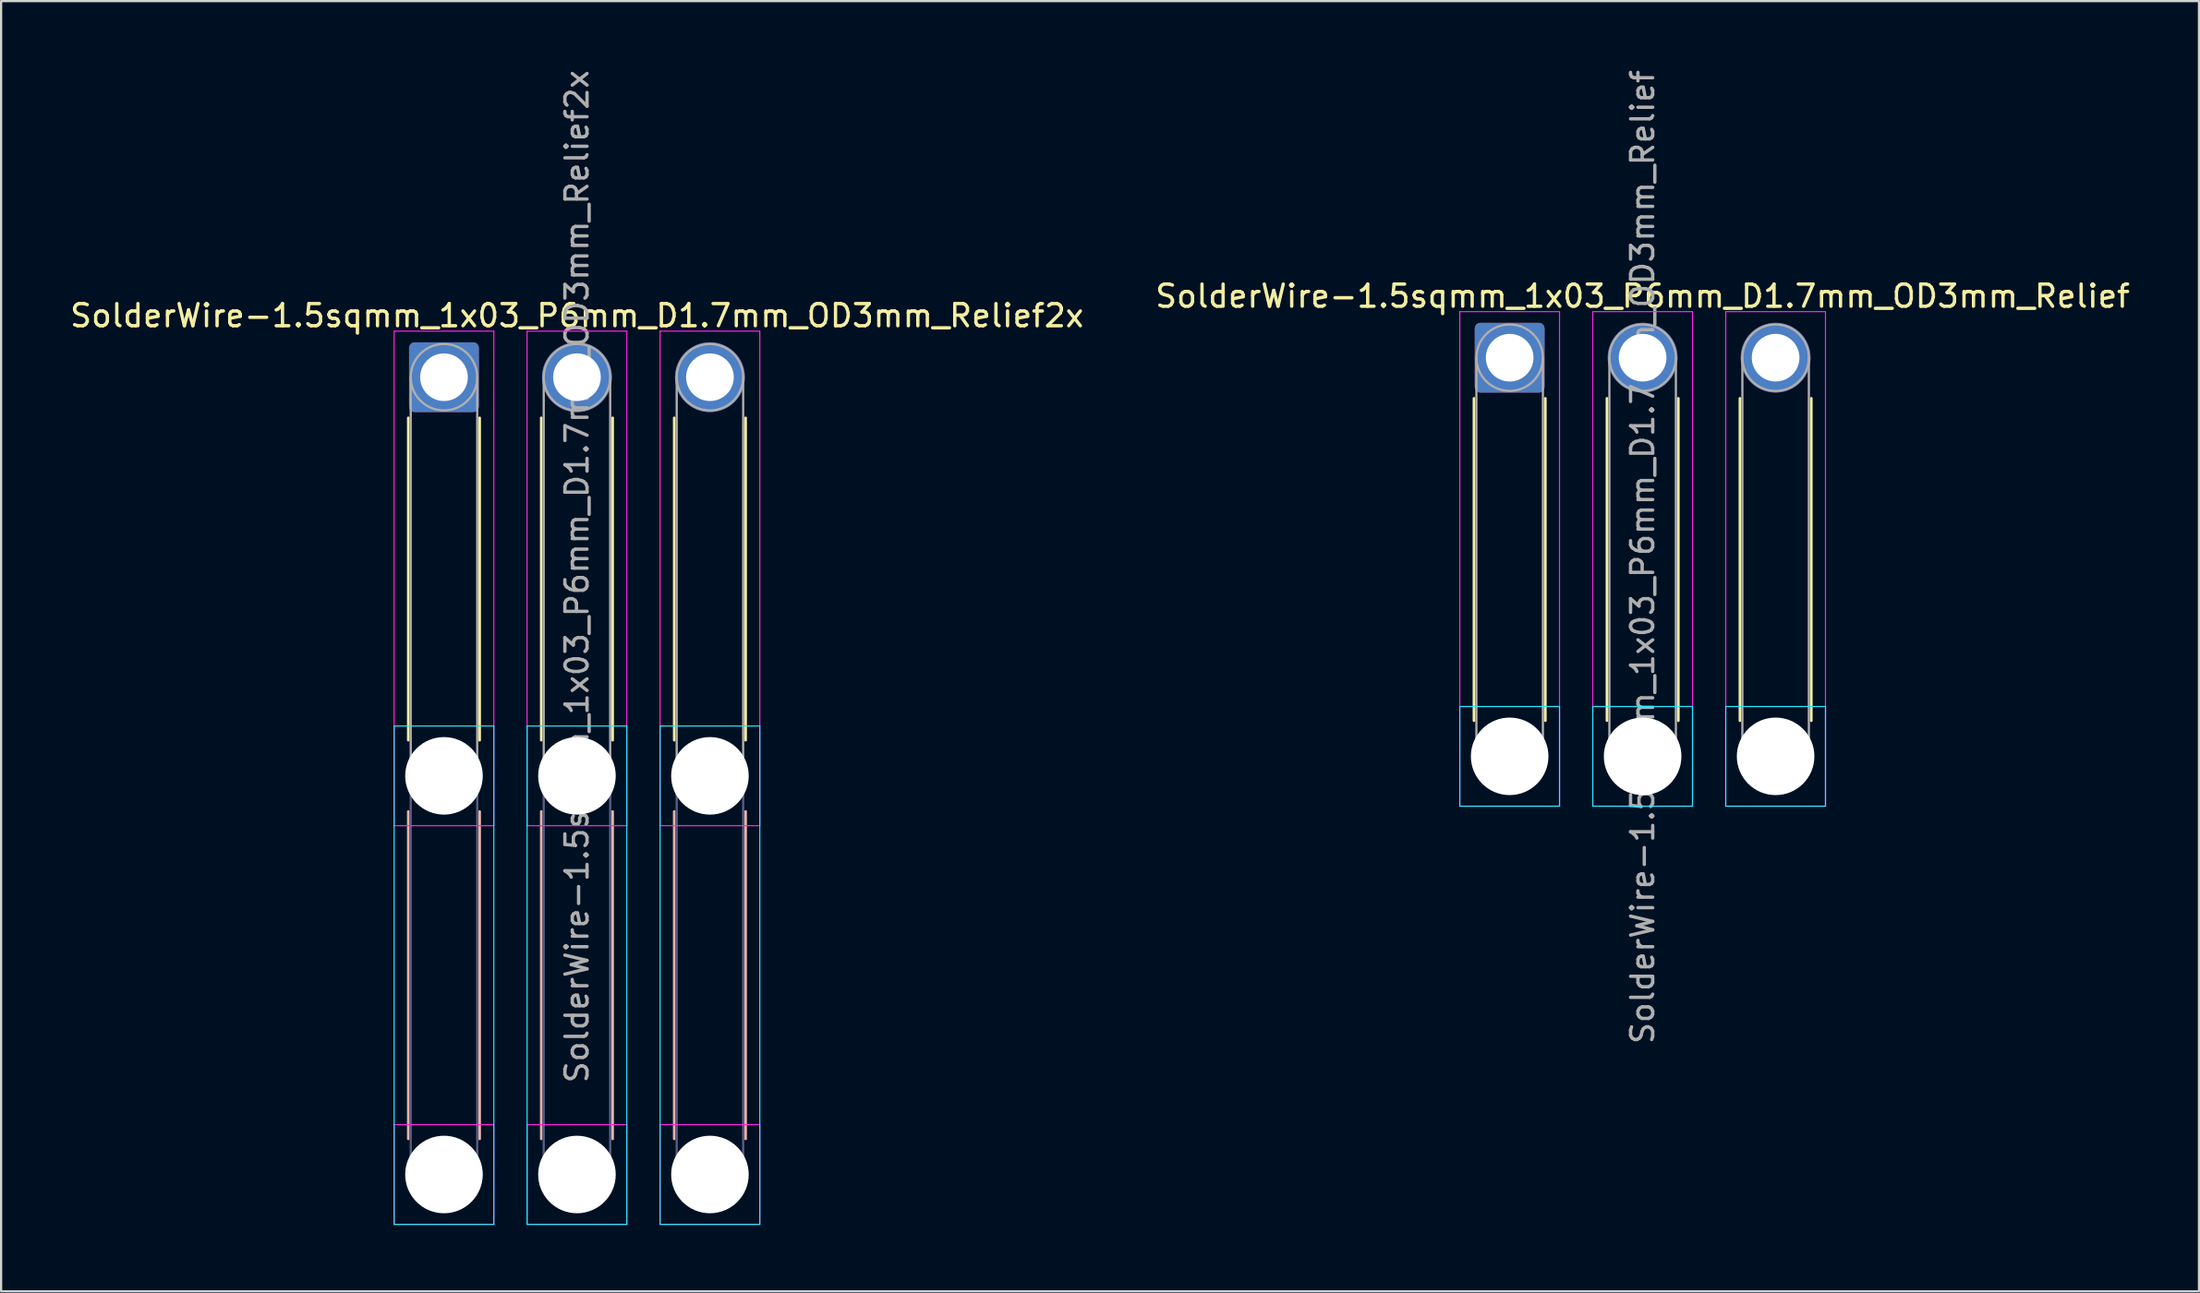
<source format=kicad_pcb>
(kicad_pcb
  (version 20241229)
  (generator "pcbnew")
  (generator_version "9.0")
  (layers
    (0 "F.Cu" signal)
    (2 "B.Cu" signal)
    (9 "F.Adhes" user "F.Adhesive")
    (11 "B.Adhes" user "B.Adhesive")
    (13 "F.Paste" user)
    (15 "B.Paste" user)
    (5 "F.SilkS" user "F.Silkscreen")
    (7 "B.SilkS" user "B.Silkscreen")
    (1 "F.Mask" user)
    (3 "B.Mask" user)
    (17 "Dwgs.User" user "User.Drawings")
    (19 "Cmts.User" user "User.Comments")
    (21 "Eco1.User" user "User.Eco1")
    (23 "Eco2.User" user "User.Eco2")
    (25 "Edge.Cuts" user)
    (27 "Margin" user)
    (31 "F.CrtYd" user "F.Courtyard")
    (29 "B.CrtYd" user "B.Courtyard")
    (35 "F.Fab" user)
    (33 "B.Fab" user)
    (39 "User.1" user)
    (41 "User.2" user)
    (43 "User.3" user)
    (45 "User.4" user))
  (footprint "SolderWire-1.5sqmm_1x03_P6mm_D1.7mm_OD3mm_Relief"
    (layer "F.Cu")
    (at 65.065 13.101)
    (property "Reference" "SolderWire-1.5sqmm_1x03_P6mm_D1.7mm_OD3mm_Relief" (at 6 -2.78 0) (layer "F.SilkS") (effects (font (size 1 1) (thickness 0.15))))
    (attr exclude_from_pos_files exclude_from_bom)
    (fp_line (start -1.61 1.835) (end -1.61 16.39) (stroke (width 0.12) (type solid)) (layer "F.SilkS"))
    (fp_line (start 1.61 1.835) (end 1.61 16.39) (stroke (width 0.12) (type solid)) (layer "F.SilkS"))
    (fp_line (start 4.39 1.835) (end 4.39 16.39) (stroke (width 0.12) (type solid)) (layer "F.SilkS"))
    (fp_line (start 7.61 1.835) (end 7.61 16.39) (stroke (width 0.12) (type solid)) (layer "F.SilkS"))
    (fp_line (start 10.39 1.835) (end 10.39 16.39) (stroke (width 0.12) (type solid)) (layer "F.SilkS"))
    (fp_line (start 13.61 1.835) (end 13.61 16.39) (stroke (width 0.12) (type solid)) (layer "F.SilkS"))
    (fp_line (start -2.25 15.75) (end -2.25 20.25) (stroke (width 0.05) (type solid)) (layer "B.CrtYd"))
    (fp_line (start -2.25 20.25) (end 2.25 20.25) (stroke (width 0.05) (type solid)) (layer "B.CrtYd"))
    (fp_line (start 2.25 15.75) (end -2.25 15.75) (stroke (width 0.05) (type solid)) (layer "B.CrtYd"))
    (fp_line (start 2.25 20.25) (end 2.25 15.75) (stroke (width 0.05) (type solid)) (layer "B.CrtYd"))
    (fp_line (start 3.75 15.75) (end 3.75 20.25) (stroke (width 0.05) (type solid)) (layer "B.CrtYd"))
    (fp_line (start 3.75 20.25) (end 8.25 20.25) (stroke (width 0.05) (type solid)) (layer "B.CrtYd"))
    (fp_line (start 8.25 15.75) (end 3.75 15.75) (stroke (width 0.05) (type solid)) (layer "B.CrtYd"))
    (fp_line (start 8.25 20.25) (end 8.25 15.75) (stroke (width 0.05) (type solid)) (layer "B.CrtYd"))
    (fp_line (start 9.75 15.75) (end 9.75 20.25) (stroke (width 0.05) (type solid)) (layer "B.CrtYd"))
    (fp_line (start 9.75 20.25) (end 14.25 20.25) (stroke (width 0.05) (type solid)) (layer "B.CrtYd"))
    (fp_line (start 14.25 15.75) (end 9.75 15.75) (stroke (width 0.05) (type solid)) (layer "B.CrtYd"))
    (fp_line (start 14.25 20.25) (end 14.25 15.75) (stroke (width 0.05) (type solid)) (layer "B.CrtYd"))
    (fp_line (start -2.25 -2.08) (end -2.25 20.25) (stroke (width 0.05) (type solid)) (layer "F.CrtYd"))
    (fp_line (start -2.25 20.25) (end 2.25 20.25) (stroke (width 0.05) (type solid)) (layer "F.CrtYd"))
    (fp_line (start 2.25 -2.08) (end -2.25 -2.08) (stroke (width 0.05) (type solid)) (layer "F.CrtYd"))
    (fp_line (start 2.25 20.25) (end 2.25 -2.08) (stroke (width 0.05) (type solid)) (layer "F.CrtYd"))
    (fp_line (start 3.75 -2.08) (end 3.75 20.25) (stroke (width 0.05) (type solid)) (layer "F.CrtYd"))
    (fp_line (start 3.75 20.25) (end 8.25 20.25) (stroke (width 0.05) (type solid)) (layer "F.CrtYd"))
    (fp_line (start 8.25 -2.08) (end 3.75 -2.08) (stroke (width 0.05) (type solid)) (layer "F.CrtYd"))
    (fp_line (start 8.25 20.25) (end 8.25 -2.08) (stroke (width 0.05) (type solid)) (layer "F.CrtYd"))
    (fp_line (start 9.75 -2.08) (end 9.75 20.25) (stroke (width 0.05) (type solid)) (layer "F.CrtYd"))
    (fp_line (start 9.75 20.25) (end 14.25 20.25) (stroke (width 0.05) (type solid)) (layer "F.CrtYd"))
    (fp_line (start 14.25 -2.08) (end 9.75 -2.08) (stroke (width 0.05) (type solid)) (layer "F.CrtYd"))
    (fp_line (start 14.25 20.25) (end 14.25 -2.08) (stroke (width 0.05) (type solid)) (layer "F.CrtYd"))
    (fp_line (start -1.5 0) (end -1.5 18) (stroke (width 0.1) (type solid)) (layer "F.Fab"))
    (fp_line (start 1.5 0) (end 1.5 18) (stroke (width 0.1) (type solid)) (layer "F.Fab"))
    (fp_line (start 4.5 0) (end 4.5 18) (stroke (width 0.1) (type solid)) (layer "F.Fab"))
    (fp_line (start 7.5 0) (end 7.5 18) (stroke (width 0.1) (type solid)) (layer "F.Fab"))
    (fp_line (start 10.5 0) (end 10.5 18) (stroke (width 0.1) (type solid)) (layer "F.Fab"))
    (fp_line (start 13.5 0) (end 13.5 18) (stroke (width 0.1) (type solid)) (layer "F.Fab"))
    (fp_circle (center 0 0) (end 1.5 0) (stroke (width 0.1) (type solid)) (fill no) (layer "F.Fab"))
    (fp_circle (center 0 18) (end 1.5 18) (stroke (width 0.1) (type solid)) (fill no) (layer "F.Fab"))
    (fp_circle (center 6 0) (end 7.5 0) (stroke (width 0.1) (type solid)) (fill no) (layer "F.Fab"))
    (fp_circle (center 6 18) (end 7.5 18) (stroke (width 0.1) (type solid)) (fill no) (layer "F.Fab"))
    (fp_circle (center 12 0) (end 13.5 0) (stroke (width 0.1) (type solid)) (fill no) (layer "F.Fab"))
    (fp_circle (center 12 18) (end 13.5 18) (stroke (width 0.1) (type solid)) (fill no) (layer "F.Fab"))
    (fp_text user "${REFERENCE}" (at 6 9 90) (layer "F.Fab") (effects (font (size 1 1) (thickness 0.15))))
    (pad "" np_thru_hole circle (at 0 18) (size 3.5 3.5) (drill 3.5) (layers "*.Cu" "*.Mask"))
    (pad "" np_thru_hole circle (at 6 18) (size 3.5 3.5) (drill 3.5) (layers "*.Cu" "*.Mask"))
    (pad "" np_thru_hole circle (at 12 18) (size 3.5 3.5) (drill 3.5) (layers "*.Cu" "*.Mask"))
    (pad "1" thru_hole roundrect (at 0 0) (size 3.15 3.15) (drill 2.15) (layers "*.Cu" "*.Mask") (roundrect_rratio 0.079))
    (pad "2" thru_hole circle (at 6 0) (size 3.15 3.15) (drill 2.15) (layers "*.Cu" "*.Mask"))
    (pad "3" thru_hole circle (at 12 0) (size 3.15 3.15) (drill 2.15) (layers "*.Cu" "*.Mask")))
  (footprint "SolderWire-1.5sqmm_1x03_P6mm_D1.7mm_OD3mm_Relief2x"
    (layer "F.Cu")
    (at 16.982 13.982)
    (property "Reference" "SolderWire-1.5sqmm_1x03_P6mm_D1.7mm_OD3mm_Relief2x" (at 6 -2.78 0) (layer "F.SilkS") (effects (font (size 1 1) (thickness 0.15))))
    (attr exclude_from_pos_files exclude_from_bom)
    (fp_line (start -1.61 1.835) (end -1.61 16.39) (stroke (width 0.12) (type solid)) (layer "F.SilkS"))
    (fp_line (start 1.61 1.835) (end 1.61 16.39) (stroke (width 0.12) (type solid)) (layer "F.SilkS"))
    (fp_line (start 4.39 1.835) (end 4.39 16.39) (stroke (width 0.12) (type solid)) (layer "F.SilkS"))
    (fp_line (start 7.61 1.835) (end 7.61 16.39) (stroke (width 0.12) (type solid)) (layer "F.SilkS"))
    (fp_line (start 10.39 1.835) (end 10.39 16.39) (stroke (width 0.12) (type solid)) (layer "F.SilkS"))
    (fp_line (start 13.61 1.835) (end 13.61 16.39) (stroke (width 0.12) (type solid)) (layer "F.SilkS"))
    (fp_line (start -1.61 19.61) (end -1.61 34.39) (stroke (width 0.12) (type solid)) (layer "B.SilkS"))
    (fp_line (start 1.61 19.61) (end 1.61 34.39) (stroke (width 0.12) (type solid)) (layer "B.SilkS"))
    (fp_line (start 4.39 19.61) (end 4.39 34.39) (stroke (width 0.12) (type solid)) (layer "B.SilkS"))
    (fp_line (start 7.61 19.61) (end 7.61 34.39) (stroke (width 0.12) (type solid)) (layer "B.SilkS"))
    (fp_line (start 10.39 19.61) (end 10.39 34.39) (stroke (width 0.12) (type solid)) (layer "B.SilkS"))
    (fp_line (start 13.61 19.61) (end 13.61 34.39) (stroke (width 0.12) (type solid)) (layer "B.SilkS"))
    (fp_line (start -2.25 15.75) (end -2.25 38.25) (stroke (width 0.05) (type solid)) (layer "B.CrtYd"))
    (fp_line (start -2.25 38.25) (end 2.25 38.25) (stroke (width 0.05) (type solid)) (layer "B.CrtYd"))
    (fp_line (start 2.25 15.75) (end -2.25 15.75) (stroke (width 0.05) (type solid)) (layer "B.CrtYd"))
    (fp_line (start 2.25 38.25) (end 2.25 15.75) (stroke (width 0.05) (type solid)) (layer "B.CrtYd"))
    (fp_line (start 3.75 15.75) (end 3.75 38.25) (stroke (width 0.05) (type solid)) (layer "B.CrtYd"))
    (fp_line (start 3.75 38.25) (end 8.25 38.25) (stroke (width 0.05) (type solid)) (layer "B.CrtYd"))
    (fp_line (start 8.25 15.75) (end 3.75 15.75) (stroke (width 0.05) (type solid)) (layer "B.CrtYd"))
    (fp_line (start 8.25 38.25) (end 8.25 15.75) (stroke (width 0.05) (type solid)) (layer "B.CrtYd"))
    (fp_line (start 9.75 15.75) (end 9.75 38.25) (stroke (width 0.05) (type solid)) (layer "B.CrtYd"))
    (fp_line (start 9.75 38.25) (end 14.25 38.25) (stroke (width 0.05) (type solid)) (layer "B.CrtYd"))
    (fp_line (start 14.25 15.75) (end 9.75 15.75) (stroke (width 0.05) (type solid)) (layer "B.CrtYd"))
    (fp_line (start 14.25 38.25) (end 14.25 15.75) (stroke (width 0.05) (type solid)) (layer "B.CrtYd"))
    (fp_line (start -2.25 -2.08) (end -2.25 20.25) (stroke (width 0.05) (type solid)) (layer "F.CrtYd"))
    (fp_line (start -2.25 20.25) (end 2.25 20.25) (stroke (width 0.05) (type solid)) (layer "F.CrtYd"))
    (fp_line (start -2.25 33.75) (end -2.25 38.25) (stroke (width 0.05) (type solid)) (layer "F.CrtYd"))
    (fp_line (start -2.25 38.25) (end 2.25 38.25) (stroke (width 0.05) (type solid)) (layer "F.CrtYd"))
    (fp_line (start 2.25 -2.08) (end -2.25 -2.08) (stroke (width 0.05) (type solid)) (layer "F.CrtYd"))
    (fp_line (start 2.25 20.25) (end 2.25 -2.08) (stroke (width 0.05) (type solid)) (layer "F.CrtYd"))
    (fp_line (start 2.25 33.75) (end -2.25 33.75) (stroke (width 0.05) (type solid)) (layer "F.CrtYd"))
    (fp_line (start 2.25 38.25) (end 2.25 33.75) (stroke (width 0.05) (type solid)) (layer "F.CrtYd"))
    (fp_line (start 3.75 -2.08) (end 3.75 20.25) (stroke (width 0.05) (type solid)) (layer "F.CrtYd"))
    (fp_line (start 3.75 20.25) (end 8.25 20.25) (stroke (width 0.05) (type solid)) (layer "F.CrtYd"))
    (fp_line (start 3.75 33.75) (end 3.75 38.25) (stroke (width 0.05) (type solid)) (layer "F.CrtYd"))
    (fp_line (start 3.75 38.25) (end 8.25 38.25) (stroke (width 0.05) (type solid)) (layer "F.CrtYd"))
    (fp_line (start 8.25 -2.08) (end 3.75 -2.08) (stroke (width 0.05) (type solid)) (layer "F.CrtYd"))
    (fp_line (start 8.25 20.25) (end 8.25 -2.08) (stroke (width 0.05) (type solid)) (layer "F.CrtYd"))
    (fp_line (start 8.25 33.75) (end 3.75 33.75) (stroke (width 0.05) (type solid)) (layer "F.CrtYd"))
    (fp_line (start 8.25 38.25) (end 8.25 33.75) (stroke (width 0.05) (type solid)) (layer "F.CrtYd"))
    (fp_line (start 9.75 -2.08) (end 9.75 20.25) (stroke (width 0.05) (type solid)) (layer "F.CrtYd"))
    (fp_line (start 9.75 20.25) (end 14.25 20.25) (stroke (width 0.05) (type solid)) (layer "F.CrtYd"))
    (fp_line (start 9.75 33.75) (end 9.75 38.25) (stroke (width 0.05) (type solid)) (layer "F.CrtYd"))
    (fp_line (start 9.75 38.25) (end 14.25 38.25) (stroke (width 0.05) (type solid)) (layer "F.CrtYd"))
    (fp_line (start 14.25 -2.08) (end 9.75 -2.08) (stroke (width 0.05) (type solid)) (layer "F.CrtYd"))
    (fp_line (start 14.25 20.25) (end 14.25 -2.08) (stroke (width 0.05) (type solid)) (layer "F.CrtYd"))
    (fp_line (start 14.25 33.75) (end 9.75 33.75) (stroke (width 0.05) (type solid)) (layer "F.CrtYd"))
    (fp_line (start 14.25 38.25) (end 14.25 33.75) (stroke (width 0.05) (type solid)) (layer "F.CrtYd"))
    (fp_line (start -1.5 18) (end -1.5 36) (stroke (width 0.1) (type solid)) (layer "B.Fab"))
    (fp_line (start 1.5 18) (end 1.5 36) (stroke (width 0.1) (type solid)) (layer "B.Fab"))
    (fp_line (start 4.5 18) (end 4.5 36) (stroke (width 0.1) (type solid)) (layer "B.Fab"))
    (fp_line (start 7.5 18) (end 7.5 36) (stroke (width 0.1) (type solid)) (layer "B.Fab"))
    (fp_line (start 10.5 18) (end 10.5 36) (stroke (width 0.1) (type solid)) (layer "B.Fab"))
    (fp_line (start 13.5 18) (end 13.5 36) (stroke (width 0.1) (type solid)) (layer "B.Fab"))
    (fp_circle (center 0 18) (end 1.5 18) (stroke (width 0.1) (type solid)) (fill no) (layer "B.Fab"))
    (fp_circle (center 0 36) (end 1.5 36) (stroke (width 0.1) (type solid)) (fill no) (layer "B.Fab"))
    (fp_circle (center 6 18) (end 7.5 18) (stroke (width 0.1) (type solid)) (fill no) (layer "B.Fab"))
    (fp_circle (center 6 36) (end 7.5 36) (stroke (width 0.1) (type solid)) (fill no) (layer "B.Fab"))
    (fp_circle (center 12 18) (end 13.5 18) (stroke (width 0.1) (type solid)) (fill no) (layer "B.Fab"))
    (fp_circle (center 12 36) (end 13.5 36) (stroke (width 0.1) (type solid)) (fill no) (layer "B.Fab"))
    (fp_line (start -1.5 0) (end -1.5 18) (stroke (width 0.1) (type solid)) (layer "F.Fab"))
    (fp_line (start 1.5 0) (end 1.5 18) (stroke (width 0.1) (type solid)) (layer "F.Fab"))
    (fp_line (start 4.5 0) (end 4.5 18) (stroke (width 0.1) (type solid)) (layer "F.Fab"))
    (fp_line (start 7.5 0) (end 7.5 18) (stroke (width 0.1) (type solid)) (layer "F.Fab"))
    (fp_line (start 10.5 0) (end 10.5 18) (stroke (width 0.1) (type solid)) (layer "F.Fab"))
    (fp_line (start 13.5 0) (end 13.5 18) (stroke (width 0.1) (type solid)) (layer "F.Fab"))
    (fp_circle (center 0 0) (end 1.5 0) (stroke (width 0.1) (type solid)) (fill no) (layer "F.Fab"))
    (fp_circle (center 0 18) (end 1.5 18) (stroke (width 0.1) (type solid)) (fill no) (layer "F.Fab"))
    (fp_circle (center 0 36) (end 1.5 36) (stroke (width 0.1) (type solid)) (fill no) (layer "F.Fab"))
    (fp_circle (center 6 0) (end 7.5 0) (stroke (width 0.1) (type solid)) (fill no) (layer "F.Fab"))
    (fp_circle (center 6 18) (end 7.5 18) (stroke (width 0.1) (type solid)) (fill no) (layer "F.Fab"))
    (fp_circle (center 6 36) (end 7.5 36) (stroke (width 0.1) (type solid)) (fill no) (layer "F.Fab"))
    (fp_circle (center 12 0) (end 13.5 0) (stroke (width 0.1) (type solid)) (fill no) (layer "F.Fab"))
    (fp_circle (center 12 18) (end 13.5 18) (stroke (width 0.1) (type solid)) (fill no) (layer "F.Fab"))
    (fp_circle (center 12 36) (end 13.5 36) (stroke (width 0.1) (type solid)) (fill no) (layer "F.Fab"))
    (fp_text user "${REFERENCE}" (at 6 9 90) (layer "F.Fab") (effects (font (size 1 1) (thickness 0.15))))
    (pad "" np_thru_hole circle (at 0 18) (size 3.5 3.5) (drill 3.5) (layers "*.Cu" "*.Mask"))
    (pad "" np_thru_hole circle (at 0 36) (size 3.5 3.5) (drill 3.5) (layers "*.Cu" "*.Mask"))
    (pad "" np_thru_hole circle (at 6 18) (size 3.5 3.5) (drill 3.5) (layers "*.Cu" "*.Mask"))
    (pad "" np_thru_hole circle (at 6 36) (size 3.5 3.5) (drill 3.5) (layers "*.Cu" "*.Mask"))
    (pad "" np_thru_hole circle (at 12 18) (size 3.5 3.5) (drill 3.5) (layers "*.Cu" "*.Mask"))
    (pad "" np_thru_hole circle (at 12 36) (size 3.5 3.5) (drill 3.5) (layers "*.Cu" "*.Mask"))
    (pad "1" thru_hole roundrect (at 0 0) (size 3.15 3.15) (drill 2.15) (layers "*.Cu" "*.Mask") (roundrect_rratio 0.079))
    (pad "2" thru_hole circle (at 6 0) (size 3.15 3.15) (drill 2.15) (layers "*.Cu" "*.Mask"))
    (pad "3" thru_hole circle (at 12 0) (size 3.15 3.15) (drill 2.15) (layers "*.Cu" "*.Mask")))
  (gr_rect
    (start -3 -3)
    (end 96.167 55.257)
    (stroke (width 0.1) (type default))
    (fill no)
    (layer "Edge.Cuts")))
</source>
